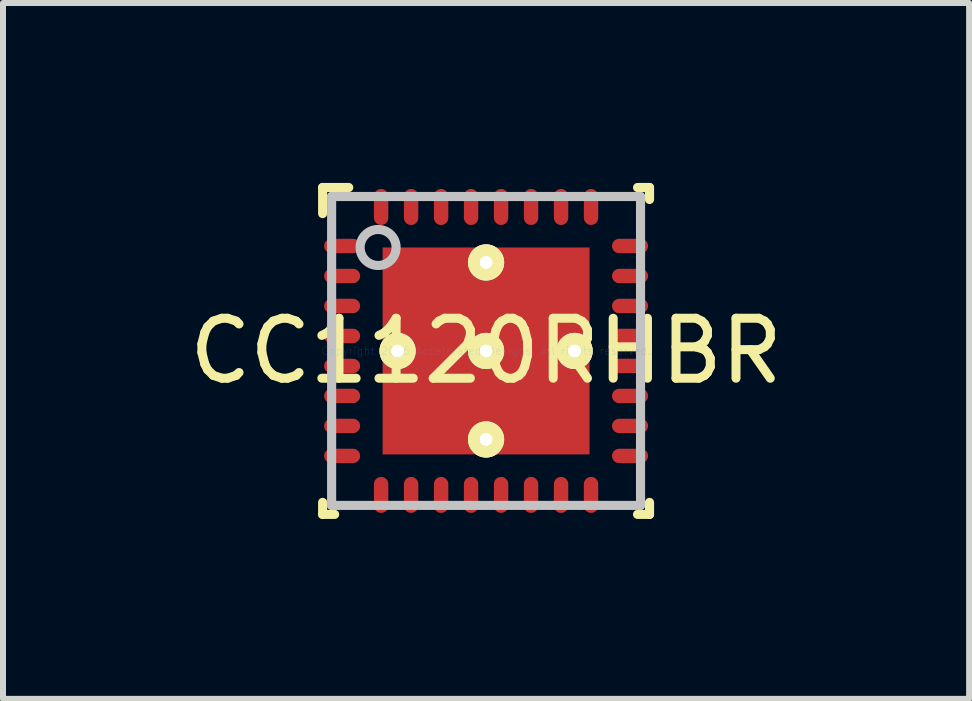
<source format=kicad_pcb>
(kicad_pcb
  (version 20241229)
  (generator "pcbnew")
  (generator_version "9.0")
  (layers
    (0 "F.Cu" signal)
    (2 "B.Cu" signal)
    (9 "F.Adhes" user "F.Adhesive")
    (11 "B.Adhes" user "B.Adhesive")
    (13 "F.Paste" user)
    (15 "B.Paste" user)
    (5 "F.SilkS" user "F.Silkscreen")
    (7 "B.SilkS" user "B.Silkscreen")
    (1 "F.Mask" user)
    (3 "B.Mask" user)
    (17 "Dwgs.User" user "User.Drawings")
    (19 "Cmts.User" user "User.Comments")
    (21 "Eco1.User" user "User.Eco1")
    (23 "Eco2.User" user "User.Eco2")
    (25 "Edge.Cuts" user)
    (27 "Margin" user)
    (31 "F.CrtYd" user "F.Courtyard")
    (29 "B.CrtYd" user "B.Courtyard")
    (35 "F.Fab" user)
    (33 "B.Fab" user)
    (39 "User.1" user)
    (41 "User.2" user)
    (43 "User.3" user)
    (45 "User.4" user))
  (footprint "CC1120RHBR"
    (layer "F.Cu")
    (at 5.054 2.801)
    (property "Reference" "CC1120RHBR" (at 0 0 0) (layer "F.SilkS") (effects (font (size 1 1) (thickness 0.15))))
    (attr through_hole)
    (fp_line (start -2.725 -2.725) (end -2.29 -2.725) (stroke (width 0.152) (type solid)) (layer "F.SilkS"))
    (fp_line (start -2.725 -2.29) (end -2.725 -2.725) (stroke (width 0.152) (type solid)) (layer "F.SilkS"))
    (fp_line (start -2.725 2.725) (end -2.725 2.525) (stroke (width 0.152) (type solid)) (layer "F.SilkS"))
    (fp_line (start -2.725 2.725) (end -2.525 2.725) (stroke (width 0.152) (type solid)) (layer "F.SilkS"))
    (fp_line (start 2.525 -2.725) (end 2.725 -2.725) (stroke (width 0.152) (type solid)) (layer "F.SilkS"))
    (fp_line (start 2.525 2.725) (end 2.725 2.725) (stroke (width 0.152) (type solid)) (layer "F.SilkS"))
    (fp_line (start 2.725 -2.525) (end 2.725 -2.725) (stroke (width 0.152) (type solid)) (layer "F.SilkS"))
    (fp_line (start 2.725 2.725) (end 2.725 2.525) (stroke (width 0.152) (type solid)) (layer "F.SilkS"))
    (fp_line (start -2.575 -2.575) (end 2.575 -2.575) (stroke (width 0.152) (type solid)) (layer "Dwgs.User"))
    (fp_line (start -2.575 2.575) (end -2.575 -2.575) (stroke (width 0.152) (type solid)) (layer "Dwgs.User"))
    (fp_line (start -2.575 2.575) (end 2.575 2.575) (stroke (width 0.152) (type solid)) (layer "Dwgs.User"))
    (fp_line (start 2.575 2.575) (end 2.575 -2.575) (stroke (width 0.152) (type solid)) (layer "Dwgs.User"))
    (fp_circle (center -1.8 -1.725) (end -1.5 -1.725) (stroke (width 0.152) (type solid)) (fill no) (layer "Dwgs.User"))
    (fp_text user "Copyright 2016 Accelerated Designs. All rights reserved." (at 0 0 0) (layer "Cmts.User") (effects (font (size 0.127 0.127) (thickness 0.002))))
    (pad "" smd oval (at -2.4 -1.75 90) (size 0.24 0.6) (layers "F.Paste"))
    (pad "" smd oval (at -2.4 -1.75 90) (size 0.342 0.702) (layers "F.Mask"))
    (pad "" smd oval (at -2.4 -1.25 90) (size 0.24 0.6) (layers "F.Paste"))
    (pad "" smd oval (at -2.4 -1.25 90) (size 0.342 0.702) (layers "F.Mask"))
    (pad "" smd oval (at -2.4 -0.75 90) (size 0.24 0.6) (layers "F.Paste"))
    (pad "" smd oval (at -2.4 -0.75 90) (size 0.342 0.702) (layers "F.Mask"))
    (pad "" smd oval (at -2.4 -0.25 90) (size 0.24 0.6) (layers "F.Paste"))
    (pad "" smd oval (at -2.4 -0.25 90) (size 0.342 0.702) (layers "F.Mask"))
    (pad "" smd oval (at -2.4 0.25 90) (size 0.24 0.6) (layers "F.Paste"))
    (pad "" smd oval (at -2.4 0.25 90) (size 0.342 0.702) (layers "F.Mask"))
    (pad "" smd oval (at -2.4 0.75 90) (size 0.24 0.6) (layers "F.Paste"))
    (pad "" smd oval (at -2.4 0.75 90) (size 0.342 0.702) (layers "F.Mask"))
    (pad "" smd oval (at -2.4 1.25 90) (size 0.24 0.6) (layers "F.Paste"))
    (pad "" smd oval (at -2.4 1.25 90) (size 0.342 0.702) (layers "F.Mask"))
    (pad "" smd oval (at -2.4 1.75 90) (size 0.24 0.6) (layers "F.Paste"))
    (pad "" smd oval (at -2.4 1.75 90) (size 0.342 0.702) (layers "F.Mask"))
    (pad "" smd oval (at -1.75 -2.4) (size 0.24 0.6) (layers "F.Paste"))
    (pad "" smd oval (at -1.75 -2.4) (size 0.342 0.702) (layers "F.Mask"))
    (pad "" smd oval (at -1.75 2.4) (size 0.24 0.6) (layers "F.Paste"))
    (pad "" smd oval (at -1.75 2.4) (size 0.342 0.702) (layers "F.Mask"))
    (pad "" thru_hole circle (at -1.475 -0.000003) (size 0.602 0.602) (drill 0.203) (layers "*.Mask" "F.SilkS"))
    (pad "" thru_hole circle (at -1.475 -0.000003) (size 0.602 0.602) (drill 0.203) (layers "*.Mask" "F.SilkS"))
    (pad "" smd oval (at -1.25 -2.4) (size 0.24 0.6) (layers "F.Paste"))
    (pad "" smd oval (at -1.25 -2.4) (size 0.342 0.702) (layers "F.Mask"))
    (pad "" smd oval (at -1.25 2.4) (size 0.24 0.6) (layers "F.Paste"))
    (pad "" smd oval (at -1.25 2.4) (size 0.342 0.702) (layers "F.Mask"))
    (pad "" smd oval (at -0.75 -2.4) (size 0.24 0.6) (layers "F.Paste"))
    (pad "" smd oval (at -0.75 -2.4) (size 0.342 0.702) (layers "F.Mask"))
    (pad "" smd oval (at -0.75 2.4) (size 0.24 0.6) (layers "F.Paste"))
    (pad "" smd oval (at -0.75 2.4) (size 0.342 0.702) (layers "F.Mask"))
    (pad "" smd oval (at -0.25 -2.4) (size 0.24 0.6) (layers "F.Paste"))
    (pad "" smd oval (at -0.25 -2.4) (size 0.342 0.702) (layers "F.Mask"))
    (pad "" smd oval (at -0.25 2.4) (size 0.24 0.6) (layers "F.Paste"))
    (pad "" smd oval (at -0.25 2.4) (size 0.342 0.702) (layers "F.Mask"))
    (pad "" thru_hole circle (at 0 -1.475) (size 0.602 0.602) (drill 0.203) (layers "*.Mask" "F.SilkS"))
    (pad "" thru_hole circle (at 0 -1.475) (size 0.602 0.602) (drill 0.203) (layers "*.Mask" "F.SilkS"))
    (pad "" smd rect (at 0 -0.000003) (size 0.025 0.025) (layers "F.Paste"))
    (pad "" thru_hole circle (at 0 -0.000003) (size 0.602 0.602) (drill 0.203) (layers "*.Mask" "F.SilkS"))
    (pad "" thru_hole circle (at 0 -0.000003) (size 0.602 0.602) (drill 0.203) (layers "*.Mask" "F.SilkS"))
    (pad "" smd rect (at 0 -0.000003) (size 3.552 3.552) (layers "F.Mask"))
    (pad "" thru_hole circle (at 0 1.475) (size 0.602 0.602) (drill 0.203) (layers "*.Mask" "F.SilkS"))
    (pad "" thru_hole circle (at 0 1.475) (size 0.602 0.602) (drill 0.203) (layers "*.Mask" "F.SilkS"))
    (pad "" smd oval (at 0.25 -2.4) (size 0.24 0.6) (layers "F.Paste"))
    (pad "" smd oval (at 0.25 -2.4) (size 0.342 0.702) (layers "F.Mask"))
    (pad "" smd oval (at 0.25 2.4) (size 0.24 0.6) (layers "F.Paste"))
    (pad "" smd oval (at 0.25 2.4) (size 0.342 0.702) (layers "F.Mask"))
    (pad "" smd oval (at 0.75 -2.4) (size 0.24 0.6) (layers "F.Paste"))
    (pad "" smd oval (at 0.75 -2.4) (size 0.342 0.702) (layers "F.Mask"))
    (pad "" smd oval (at 0.75 2.4) (size 0.24 0.6) (layers "F.Paste"))
    (pad "" smd oval (at 0.75 2.4) (size 0.342 0.702) (layers "F.Mask"))
    (pad "" smd oval (at 1.25 -2.4) (size 0.24 0.6) (layers "F.Paste"))
    (pad "" smd oval (at 1.25 -2.4) (size 0.342 0.702) (layers "F.Mask"))
    (pad "" smd oval (at 1.25 2.4) (size 0.24 0.6) (layers "F.Paste"))
    (pad "" smd oval (at 1.25 2.4) (size 0.342 0.702) (layers "F.Mask"))
    (pad "" thru_hole circle (at 1.475 -0.000003) (size 0.602 0.602) (drill 0.203) (layers "*.Mask" "F.SilkS"))
    (pad "" thru_hole circle (at 1.475 -0.000003) (size 0.602 0.602) (drill 0.203) (layers "*.Mask" "F.SilkS"))
    (pad "" smd oval (at 1.75 -2.4) (size 0.24 0.6) (layers "F.Paste"))
    (pad "" smd oval (at 1.75 -2.4) (size 0.342 0.702) (layers "F.Mask"))
    (pad "" smd oval (at 1.75 2.4) (size 0.24 0.6) (layers "F.Paste"))
    (pad "" smd oval (at 1.75 2.4) (size 0.342 0.702) (layers "F.Mask"))
    (pad "" smd oval (at 2.4 -1.75 90) (size 0.24 0.6) (layers "F.Paste"))
    (pad "" smd oval (at 2.4 -1.75 90) (size 0.342 0.702) (layers "F.Mask"))
    (pad "" smd oval (at 2.4 -1.25 90) (size 0.24 0.6) (layers "F.Paste"))
    (pad "" smd oval (at 2.4 -1.25 90) (size 0.342 0.702) (layers "F.Mask"))
    (pad "" smd oval (at 2.4 -0.75 90) (size 0.24 0.6) (layers "F.Paste"))
    (pad "" smd oval (at 2.4 -0.75 90) (size 0.342 0.702) (layers "F.Mask"))
    (pad "" smd oval (at 2.4 -0.25 90) (size 0.24 0.6) (layers "F.Paste"))
    (pad "" smd oval (at 2.4 -0.25 90) (size 0.342 0.702) (layers "F.Mask"))
    (pad "" smd oval (at 2.4 0.25 90) (size 0.24 0.6) (layers "F.Paste"))
    (pad "" smd oval (at 2.4 0.25 90) (size 0.342 0.702) (layers "F.Mask"))
    (pad "" smd oval (at 2.4 0.75 90) (size 0.24 0.6) (layers "F.Paste"))
    (pad "" smd oval (at 2.4 0.75 90) (size 0.342 0.702) (layers "F.Mask"))
    (pad "" smd oval (at 2.4 1.25 90) (size 0.24 0.6) (layers "F.Paste"))
    (pad "" smd oval (at 2.4 1.25 90) (size 0.342 0.702) (layers "F.Mask"))
    (pad "" smd oval (at 2.4 1.75 90) (size 0.24 0.6) (layers "F.Paste"))
    (pad "" smd oval (at 2.4 1.75 90) (size 0.342 0.702) (layers "F.Mask"))
    (pad "1" smd oval (at -2.4 -1.75 90) (size 0.24 0.6) (layers "F.Cu"))
    (pad "2" smd oval (at -2.4 -1.25 90) (size 0.24 0.6) (layers "F.Cu"))
    (pad "3" smd oval (at -2.4 -0.75 90) (size 0.24 0.6) (layers "F.Cu"))
    (pad "4" smd oval (at -2.4 -0.25 90) (size 0.24 0.6) (layers "F.Cu"))
    (pad "5" smd oval (at -2.4 0.25 90) (size 0.24 0.6) (layers "F.Cu"))
    (pad "6" smd oval (at -2.4 0.75 90) (size 0.24 0.6) (layers "F.Cu"))
    (pad "7" smd oval (at -2.4 1.25 90) (size 0.24 0.6) (layers "F.Cu"))
    (pad "8" smd oval (at -2.4 1.75 90) (size 0.24 0.6) (layers "F.Cu"))
    (pad "9" smd oval (at -1.75 2.4) (size 0.24 0.6) (layers "F.Cu"))
    (pad "10" smd oval (at -1.25 2.4) (size 0.24 0.6) (layers "F.Cu"))
    (pad "11" smd oval (at -0.75 2.4) (size 0.24 0.6) (layers "F.Cu"))
    (pad "12" smd oval (at -0.25 2.4) (size 0.24 0.6) (layers "F.Cu"))
    (pad "13" smd oval (at 0.25 2.4) (size 0.24 0.6) (layers "F.Cu"))
    (pad "14" smd oval (at 0.75 2.4) (size 0.24 0.6) (layers "F.Cu"))
    (pad "15" smd oval (at 1.25 2.4) (size 0.24 0.6) (layers "F.Cu"))
    (pad "16" smd oval (at 1.75 2.4) (size 0.24 0.6) (layers "F.Cu"))
    (pad "17" smd oval (at 2.4 1.75 90) (size 0.24 0.6) (layers "F.Cu"))
    (pad "18" smd oval (at 2.4 1.25 90) (size 0.24 0.6) (layers "F.Cu"))
    (pad "19" smd oval (at 2.4 0.75 90) (size 0.24 0.6) (layers "F.Cu"))
    (pad "20" smd oval (at 2.4 0.25 90) (size 0.24 0.6) (layers "F.Cu"))
    (pad "21" smd oval (at 2.4 -0.25 90) (size 0.24 0.6) (layers "F.Cu"))
    (pad "22" smd oval (at 2.4 -0.75 90) (size 0.24 0.6) (layers "F.Cu"))
    (pad "23" smd oval (at 2.4 -1.25 90) (size 0.24 0.6) (layers "F.Cu"))
    (pad "24" smd oval (at 2.4 -1.75 90) (size 0.24 0.6) (layers "F.Cu"))
    (pad "25" smd oval (at 1.75 -2.4) (size 0.24 0.6) (layers "F.Cu"))
    (pad "26" smd oval (at 1.25 -2.4) (size 0.24 0.6) (layers "F.Cu"))
    (pad "27" smd oval (at 0.75 -2.4) (size 0.24 0.6) (layers "F.Cu"))
    (pad "28" smd oval (at 0.25 -2.4) (size 0.24 0.6) (layers "F.Cu"))
    (pad "29" smd oval (at -0.25 -2.4) (size 0.24 0.6) (layers "F.Cu"))
    (pad "30" smd oval (at -0.75 -2.4) (size 0.24 0.6) (layers "F.Cu"))
    (pad "31" smd oval (at -1.25 -2.4) (size 0.24 0.6) (layers "F.Cu"))
    (pad "32" smd oval (at -1.75 -2.4) (size 0.24 0.6) (layers "F.Cu"))
    (pad "33" smd rect (at 0 -0.000003) (size 3.45 3.45) (layers "F.Cu"))
    (pad "V" thru_hole circle (at -1.475 -0.000003) (size 0.5 0.5) (drill 0.203) (layers "*.Cu" "F.SilkS"))
    (pad "V" thru_hole circle (at -1.475 -0.000003) (size 0.5 0.5) (drill 0.203) (layers "*.Cu" "F.SilkS"))
    (pad "V" thru_hole circle (at 0 -1.475) (size 0.5 0.5) (drill 0.203) (layers "*.Cu" "F.SilkS"))
    (pad "V" thru_hole circle (at 0 -1.475) (size 0.5 0.5) (drill 0.203) (layers "*.Cu" "F.SilkS"))
    (pad "V" thru_hole circle (at 0 -0.000003) (size 0.5 0.5) (drill 0.203) (layers "*.Cu" "F.SilkS"))
    (pad "V" thru_hole circle (at 0 -0.000003) (size 0.5 0.5) (drill 0.203) (layers "*.Cu" "F.SilkS"))
    (pad "V" thru_hole circle (at 0 1.475) (size 0.5 0.5) (drill 0.203) (layers "*.Cu" "F.SilkS"))
    (pad "V" thru_hole circle (at 0 1.475) (size 0.5 0.5) (drill 0.203) (layers "*.Cu" "F.SilkS"))
    (pad "V" thru_hole circle (at 1.475 -0.000003) (size 0.5 0.5) (drill 0.203) (layers "*.Cu" "F.SilkS"))
    (pad "V" thru_hole circle (at 1.475 -0.000003) (size 0.5 0.5) (drill 0.203) (layers "*.Cu" "F.SilkS")))
  (gr_rect
    (start -3 -3)
    (end 13.107 8.602)
    (stroke (width 0.1) (type default))
    (fill no)
    (layer "Edge.Cuts")))
</source>
